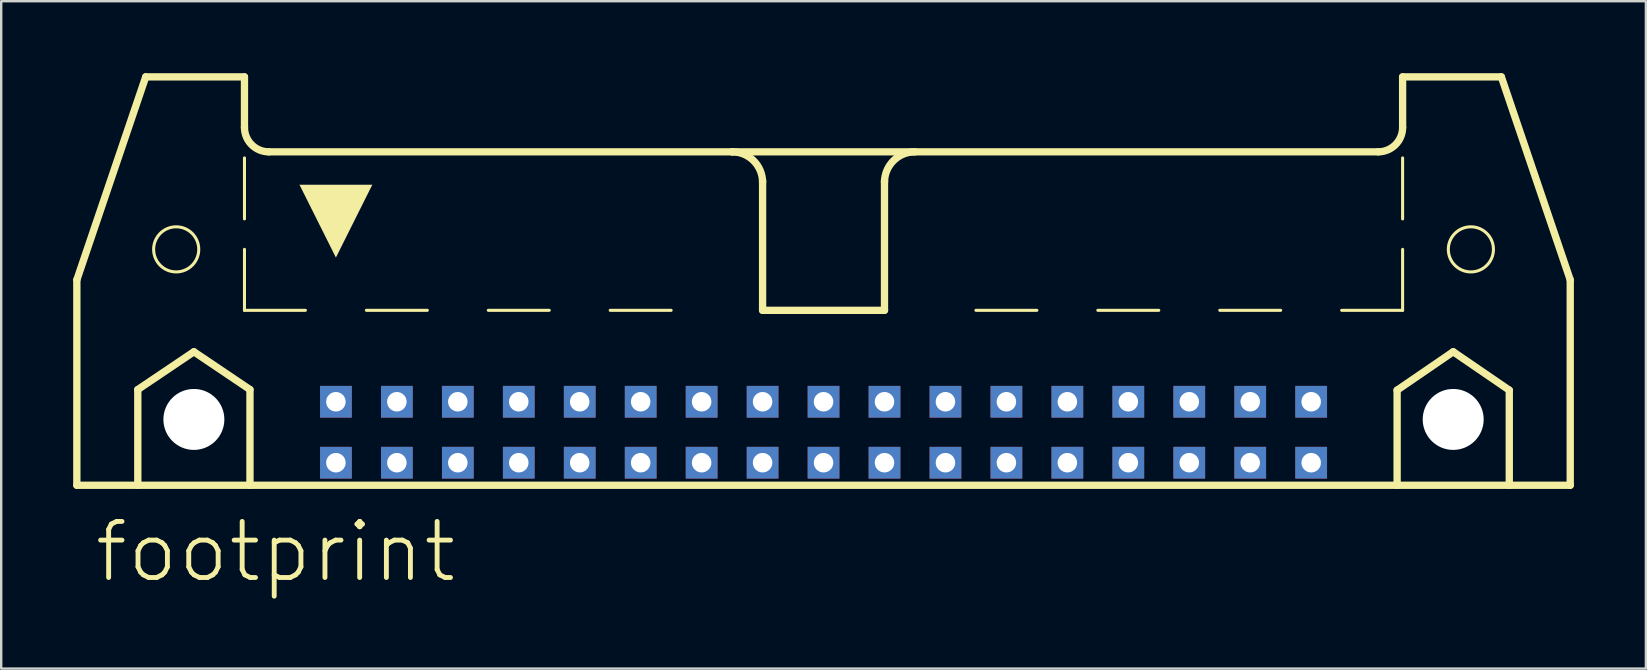
<source format=kicad_pcb>
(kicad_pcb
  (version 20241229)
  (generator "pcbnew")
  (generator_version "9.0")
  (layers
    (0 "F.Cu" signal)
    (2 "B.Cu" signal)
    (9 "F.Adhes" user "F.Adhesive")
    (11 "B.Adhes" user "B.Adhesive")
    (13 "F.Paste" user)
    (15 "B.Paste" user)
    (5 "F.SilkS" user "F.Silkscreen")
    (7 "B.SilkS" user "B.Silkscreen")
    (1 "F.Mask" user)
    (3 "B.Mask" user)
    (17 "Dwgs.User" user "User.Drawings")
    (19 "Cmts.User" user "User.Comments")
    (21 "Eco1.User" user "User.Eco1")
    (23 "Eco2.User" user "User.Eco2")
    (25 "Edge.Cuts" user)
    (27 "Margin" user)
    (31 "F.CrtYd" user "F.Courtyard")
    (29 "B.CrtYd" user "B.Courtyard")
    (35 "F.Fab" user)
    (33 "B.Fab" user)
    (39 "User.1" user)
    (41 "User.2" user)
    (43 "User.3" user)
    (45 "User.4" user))
  (footprint "footprint"
    (layer "F.Cu")
    (at 31.267 11.151)
    (property "Reference" "footprint" (at -30.48 10.16 0) (layer "F.SilkS") (effects (font (size 2.337 2.337) (thickness 0.203)) (justify left bottom)))
    (fp_line (start -31.115 -2.54) (end -31.115 6.02) (stroke (width 0.305) (type solid)) (layer "F.SilkS"))
    (fp_line (start -31.115 -2.54) (end -28.245 -10.998) (stroke (width 0.305) (type solid)) (layer "F.SilkS"))
    (fp_line (start -31.115 6.02) (end -28.575 6.02) (stroke (width 0.305) (type solid)) (layer "F.SilkS"))
    (fp_line (start -28.575 2.032) (end -26.238 0.457) (stroke (width 0.305) (type solid)) (layer "F.SilkS"))
    (fp_line (start -28.575 6.02) (end -28.575 2.032) (stroke (width 0.305) (type solid)) (layer "F.SilkS"))
    (fp_line (start -28.575 6.02) (end -23.901 6.02) (stroke (width 0.305) (type solid)) (layer "F.SilkS"))
    (fp_line (start -26.238 0.457) (end -23.901 2.032) (stroke (width 0.305) (type solid)) (layer "F.SilkS"))
    (fp_line (start -24.13 -10.998) (end -28.245 -10.998) (stroke (width 0.305) (type solid)) (layer "F.SilkS"))
    (fp_line (start -24.13 -8.89) (end -24.13 -10.998) (stroke (width 0.305) (type solid)) (layer "F.SilkS"))
    (fp_line (start -24.13 -5.08) (end -24.13 -7.62) (stroke (width 0.127) (type solid)) (layer "F.SilkS"))
    (fp_line (start -24.13 -1.27) (end -24.13 -3.81) (stroke (width 0.127) (type solid)) (layer "F.SilkS"))
    (fp_line (start -24.13 -1.27) (end -21.59 -1.27) (stroke (width 0.127) (type solid)) (layer "F.SilkS"))
    (fp_line (start -23.901 2.032) (end -23.901 6.02) (stroke (width 0.305) (type solid)) (layer "F.SilkS"))
    (fp_line (start -23.901 6.02) (end 23.901 6.02) (stroke (width 0.305) (type solid)) (layer "F.SilkS"))
    (fp_line (start -19.05 -1.27) (end -16.51 -1.27) (stroke (width 0.127) (type solid)) (layer "F.SilkS"))
    (fp_line (start -13.97 -1.27) (end -11.43 -1.27) (stroke (width 0.127) (type solid)) (layer "F.SilkS"))
    (fp_line (start -8.89 -1.27) (end -6.35 -1.27) (stroke (width 0.127) (type solid)) (layer "F.SilkS"))
    (fp_line (start -3.81 -7.874) (end -23.114 -7.874) (stroke (width 0.305) (type solid)) (layer "F.SilkS"))
    (fp_line (start -3.81 -7.874) (end 23.114 -7.874) (stroke (width 0.305) (type solid)) (layer "F.SilkS"))
    (fp_line (start -2.54 -1.27) (end -2.54 -6.68) (stroke (width 0.305) (type solid)) (layer "F.SilkS"))
    (fp_line (start 0 -1.27) (end 2.54 -1.27) (stroke (width 0.127) (type solid)) (layer "F.SilkS"))
    (fp_line (start 2.54 -1.27) (end -2.54 -1.27) (stroke (width 0.305) (type solid)) (layer "F.SilkS"))
    (fp_line (start 2.54 -1.27) (end 2.54 -6.68) (stroke (width 0.305) (type solid)) (layer "F.SilkS"))
    (fp_line (start 8.89 -1.27) (end 6.35 -1.27) (stroke (width 0.127) (type solid)) (layer "F.SilkS"))
    (fp_line (start 13.97 -1.27) (end 11.43 -1.27) (stroke (width 0.127) (type solid)) (layer "F.SilkS"))
    (fp_line (start 19.05 -1.27) (end 16.51 -1.27) (stroke (width 0.127) (type solid)) (layer "F.SilkS"))
    (fp_line (start 23.901 2.057) (end 26.238 0.457) (stroke (width 0.305) (type solid)) (layer "F.SilkS"))
    (fp_line (start 23.901 6.02) (end 23.901 2.057) (stroke (width 0.305) (type solid)) (layer "F.SilkS"))
    (fp_line (start 23.901 6.02) (end 28.575 6.02) (stroke (width 0.305) (type solid)) (layer "F.SilkS"))
    (fp_line (start 24.13 -10.998) (end 28.245 -10.998) (stroke (width 0.305) (type solid)) (layer "F.SilkS"))
    (fp_line (start 24.13 -8.89) (end 24.13 -10.998) (stroke (width 0.305) (type solid)) (layer "F.SilkS"))
    (fp_line (start 24.13 -5.08) (end 24.13 -7.62) (stroke (width 0.127) (type solid)) (layer "F.SilkS"))
    (fp_line (start 24.13 -1.27) (end 21.59 -1.27) (stroke (width 0.127) (type solid)) (layer "F.SilkS"))
    (fp_line (start 24.13 -1.27) (end 24.13 -3.81) (stroke (width 0.127) (type solid)) (layer "F.SilkS"))
    (fp_line (start 26.238 0.457) (end 28.575 2.057) (stroke (width 0.305) (type solid)) (layer "F.SilkS"))
    (fp_line (start 28.575 2.057) (end 28.575 6.02) (stroke (width 0.305) (type solid)) (layer "F.SilkS"))
    (fp_line (start 28.575 6.02) (end 31.115 6.02) (stroke (width 0.305) (type solid)) (layer "F.SilkS"))
    (fp_line (start 31.115 -2.54) (end 28.245 -10.998) (stroke (width 0.305) (type solid)) (layer "F.SilkS"))
    (fp_line (start 31.115 6.02) (end 31.115 -2.54) (stroke (width 0.305) (type solid)) (layer "F.SilkS"))
    (fp_arc (start -23.114 -7.874) (mid -23.83242 -8.17158) (end -24.13 -8.89) (stroke (width 0.3048) (type solid)) (layer "F.SilkS"))
    (fp_arc (start -3.81 -7.874) (mid -2.911974 -7.502026) (end -2.54 -6.604) (stroke (width 0.3048) (type solid)) (layer "F.SilkS"))
    (fp_arc (start 2.54 -6.604) (mid 2.911974 -7.502026) (end 3.81 -7.874) (stroke (width 0.3048) (type solid)) (layer "F.SilkS"))
    (fp_arc (start 24.13 -8.89) (mid 23.83242 -8.17158) (end 23.114 -7.874) (stroke (width 0.3048) (type solid)) (layer "F.SilkS"))
    (fp_circle (center -26.975 -3.81) (end -26.035 -3.81) (stroke (width 0.127) (type solid)) (fill no) (layer "F.SilkS"))
    (fp_circle (center 26.975 -3.81) (end 27.915 -3.81) (stroke (width 0.127) (type solid)) (fill no) (layer "F.SilkS"))
    (fp_poly (pts (xy -20.32 -3.469) (xy -21.837 -6.502) (xy -18.803 -6.502)) (stroke (width 0) (type solid)) (fill yes) (layer "F.SilkS"))
    (pad "" np_thru_hole circle (at -26.238 3.277) (size 2.54 2.54) (drill 2.54) (layers "*.Cu" "*.Mask"))
    (pad "" np_thru_hole circle (at 26.238 3.277) (size 2.54 2.54) (drill 2.54) (layers "*.Cu" "*.Mask"))
    (pad "1" thru_hole rect (at -20.32 5.08) (size 1.321 1.321) (drill 0.813) (layers "*.Cu" "*.Mask"))
    (pad "2" thru_hole rect (at -20.32 2.54) (size 1.321 1.321) (drill 0.813) (layers "*.Cu" "*.Mask"))
    (pad "3" thru_hole rect (at -17.78 5.08) (size 1.321 1.321) (drill 0.813) (layers "*.Cu" "*.Mask"))
    (pad "4" thru_hole rect (at -17.78 2.54) (size 1.321 1.321) (drill 0.813) (layers "*.Cu" "*.Mask"))
    (pad "5" thru_hole rect (at -15.24 5.08) (size 1.321 1.321) (drill 0.813) (layers "*.Cu" "*.Mask"))
    (pad "6" thru_hole rect (at -15.24 2.54) (size 1.321 1.321) (drill 0.813) (layers "*.Cu" "*.Mask"))
    (pad "7" thru_hole rect (at -12.7 5.08) (size 1.321 1.321) (drill 0.813) (layers "*.Cu" "*.Mask"))
    (pad "8" thru_hole rect (at -12.7 2.54) (size 1.321 1.321) (drill 0.813) (layers "*.Cu" "*.Mask"))
    (pad "9" thru_hole rect (at -10.16 5.08) (size 1.321 1.321) (drill 0.813) (layers "*.Cu" "*.Mask"))
    (pad "10" thru_hole rect (at -10.16 2.54) (size 1.321 1.321) (drill 0.813) (layers "*.Cu" "*.Mask"))
    (pad "11" thru_hole rect (at -7.62 5.08) (size 1.321 1.321) (drill 0.813) (layers "*.Cu" "*.Mask"))
    (pad "12" thru_hole rect (at -7.62 2.54) (size 1.321 1.321) (drill 0.813) (layers "*.Cu" "*.Mask"))
    (pad "13" thru_hole rect (at -5.08 5.08) (size 1.321 1.321) (drill 0.813) (layers "*.Cu" "*.Mask"))
    (pad "14" thru_hole rect (at -5.08 2.54) (size 1.321 1.321) (drill 0.813) (layers "*.Cu" "*.Mask"))
    (pad "15" thru_hole rect (at -2.54 5.08) (size 1.321 1.321) (drill 0.813) (layers "*.Cu" "*.Mask"))
    (pad "16" thru_hole rect (at -2.54 2.54) (size 1.321 1.321) (drill 0.813) (layers "*.Cu" "*.Mask"))
    (pad "17" thru_hole rect (at 0 5.08) (size 1.321 1.321) (drill 0.813) (layers "*.Cu" "*.Mask"))
    (pad "18" thru_hole rect (at 0 2.54) (size 1.321 1.321) (drill 0.813) (layers "*.Cu" "*.Mask"))
    (pad "19" thru_hole rect (at 2.54 5.08) (size 1.321 1.321) (drill 0.813) (layers "*.Cu" "*.Mask"))
    (pad "20" thru_hole rect (at 2.54 2.54) (size 1.321 1.321) (drill 0.813) (layers "*.Cu" "*.Mask"))
    (pad "21" thru_hole rect (at 5.08 5.08) (size 1.321 1.321) (drill 0.813) (layers "*.Cu" "*.Mask"))
    (pad "22" thru_hole rect (at 5.08 2.54) (size 1.321 1.321) (drill 0.813) (layers "*.Cu" "*.Mask"))
    (pad "23" thru_hole rect (at 7.62 5.08) (size 1.321 1.321) (drill 0.813) (layers "*.Cu" "*.Mask"))
    (pad "24" thru_hole rect (at 7.62 2.54) (size 1.321 1.321) (drill 0.813) (layers "*.Cu" "*.Mask"))
    (pad "25" thru_hole rect (at 10.16 5.08) (size 1.321 1.321) (drill 0.813) (layers "*.Cu" "*.Mask"))
    (pad "26" thru_hole rect (at 10.16 2.54) (size 1.321 1.321) (drill 0.813) (layers "*.Cu" "*.Mask"))
    (pad "27" thru_hole rect (at 12.7 5.08) (size 1.321 1.321) (drill 0.813) (layers "*.Cu" "*.Mask"))
    (pad "28" thru_hole rect (at 12.7 2.54) (size 1.321 1.321) (drill 0.813) (layers "*.Cu" "*.Mask"))
    (pad "29" thru_hole rect (at 15.24 5.08) (size 1.321 1.321) (drill 0.813) (layers "*.Cu" "*.Mask"))
    (pad "30" thru_hole rect (at 15.24 2.54) (size 1.321 1.321) (drill 0.813) (layers "*.Cu" "*.Mask"))
    (pad "31" thru_hole rect (at 17.78 5.08) (size 1.321 1.321) (drill 0.813) (layers "*.Cu" "*.Mask"))
    (pad "32" thru_hole rect (at 17.78 2.54) (size 1.321 1.321) (drill 0.813) (layers "*.Cu" "*.Mask"))
    (pad "33" thru_hole rect (at 20.32 5.08) (size 1.321 1.321) (drill 0.813) (layers "*.Cu" "*.Mask"))
    (pad "34" thru_hole rect (at 20.32 2.54) (size 1.321 1.321) (drill 0.813) (layers "*.Cu" "*.Mask"))
    (zone (net_name "") (layer "B.Cu") (hatch edge 0.508) (connect_pads) (min_thickness 0.254) (filled_areas_thickness no) (keepout (tracks not_allowed) (vias not_allowed) (pads not_allowed) (copperpour not_allowed) (footprints allowed)) (placement (enabled no)) (fill) (polygon (pts (xy 7.595 14.427) (xy 7.556 13.982) (xy 7.44 13.55) (xy 7.251 13.145) (xy 6.994 12.778) (xy 6.678 12.462) (xy 6.312 12.205) (xy 5.907 12.017) (xy 5.475 11.901) (xy 5.029 11.862) (xy 4.584 11.901) (xy 4.152 12.017) (xy 3.747 12.205) (xy 3.38 12.462) (xy 3.064 12.778) (xy 2.807 13.145) (xy 2.619 13.55) (xy 2.503 13.982) (xy 2.464 14.427) (xy 2.503 14.873) (xy 2.619 15.305) (xy 2.807 15.71) (xy 3.064 16.076) (xy 3.38 16.392) (xy 3.747 16.649) (xy 4.152 16.838) (xy 4.584 16.954) (xy 5.029 16.993) (xy 5.475 16.954) (xy 5.907 16.838) (xy 6.312 16.649) (xy 6.678 16.392) (xy 6.994 16.076) (xy 7.251 15.71) (xy 7.44 15.305) (xy 7.556 14.873))) (polygon (pts (xy 6.325 14.427) (xy 6.305 14.202) (xy 6.246 13.984) (xy 6.151 13.78) (xy 6.022 13.595) (xy 5.862 13.435) (xy 5.677 13.305) (xy 5.472 13.21) (xy 5.254 13.151) (xy 5.029 13.132) (xy 4.804 13.151) (xy 4.586 13.21) (xy 4.381 13.305) (xy 4.197 13.435) (xy 4.037 13.595) (xy 3.907 13.78) (xy 3.812 13.984) (xy 3.753 14.202) (xy 3.734 14.427) (xy 3.753 14.652) (xy 3.812 14.87) (xy 3.907 15.075) (xy 4.037 15.26) (xy 4.197 15.42) (xy 4.381 15.549) (xy 4.586 15.644) (xy 4.804 15.703) (xy 5.029 15.723) (xy 5.254 15.703) (xy 5.472 15.644) (xy 5.677 15.549) (xy 5.862 15.42) (xy 6.022 15.26) (xy 6.151 15.075) (xy 6.246 14.87) (xy 6.305 14.652))))
    (zone (net_name "") (layer "B.Cu") (hatch edge 0.508) (connect_pads) (min_thickness 0.254) (filled_areas_thickness no) (keepout (tracks not_allowed) (vias not_allowed) (pads not_allowed) (copperpour not_allowed) (footprints allowed)) (placement (enabled no)) (fill) (polygon (pts (xy 60.071 14.427) (xy 60.032 13.982) (xy 59.916 13.55) (xy 59.727 13.145) (xy 59.471 12.778) (xy 59.155 12.462) (xy 58.788 12.205) (xy 58.383 12.017) (xy 57.951 11.901) (xy 57.506 11.862) (xy 57.06 11.901) (xy 56.628 12.017) (xy 56.223 12.205) (xy 55.857 12.462) (xy 55.54 12.778) (xy 55.284 13.145) (xy 55.095 13.55) (xy 54.979 13.982) (xy 54.94 14.427) (xy 54.979 14.873) (xy 55.095 15.305) (xy 55.284 15.71) (xy 55.54 16.076) (xy 55.857 16.392) (xy 56.223 16.649) (xy 56.628 16.838) (xy 57.06 16.954) (xy 57.506 16.993) (xy 57.951 16.954) (xy 58.383 16.838) (xy 58.788 16.649) (xy 59.155 16.392) (xy 59.471 16.076) (xy 59.727 15.71) (xy 59.916 15.305) (xy 60.032 14.873))) (polygon (pts (xy 58.801 14.427) (xy 58.781 14.202) (xy 58.723 13.984) (xy 58.627 13.78) (xy 58.498 13.595) (xy 58.338 13.435) (xy 58.153 13.305) (xy 57.949 13.21) (xy 57.731 13.151) (xy 57.506 13.132) (xy 57.281 13.151) (xy 57.063 13.21) (xy 56.858 13.305) (xy 56.673 13.435) (xy 56.513 13.595) (xy 56.384 13.78) (xy 56.288 13.984) (xy 56.23 14.202) (xy 56.21 14.427) (xy 56.23 14.652) (xy 56.288 14.87) (xy 56.384 15.075) (xy 56.513 15.26) (xy 56.673 15.42) (xy 56.858 15.549) (xy 57.063 15.644) (xy 57.281 15.703) (xy 57.506 15.723) (xy 57.731 15.703) (xy 57.949 15.644) (xy 58.153 15.549) (xy 58.338 15.42) (xy 58.498 15.26) (xy 58.627 15.075) (xy 58.723 14.87) (xy 58.781 14.652)))))
  (gr_rect
    (start -3 -3)
    (end 65.535 24.811)
    (stroke (width 0.1) (type default))
    (fill no)
    (layer "Edge.Cuts")))
</source>
